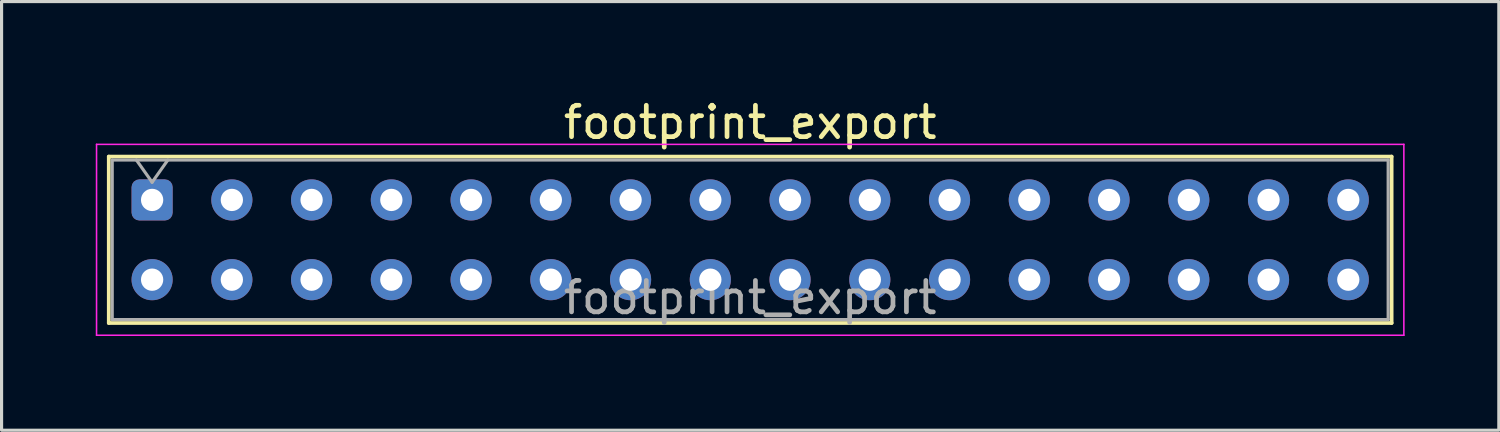
<source format=kicad_pcb>
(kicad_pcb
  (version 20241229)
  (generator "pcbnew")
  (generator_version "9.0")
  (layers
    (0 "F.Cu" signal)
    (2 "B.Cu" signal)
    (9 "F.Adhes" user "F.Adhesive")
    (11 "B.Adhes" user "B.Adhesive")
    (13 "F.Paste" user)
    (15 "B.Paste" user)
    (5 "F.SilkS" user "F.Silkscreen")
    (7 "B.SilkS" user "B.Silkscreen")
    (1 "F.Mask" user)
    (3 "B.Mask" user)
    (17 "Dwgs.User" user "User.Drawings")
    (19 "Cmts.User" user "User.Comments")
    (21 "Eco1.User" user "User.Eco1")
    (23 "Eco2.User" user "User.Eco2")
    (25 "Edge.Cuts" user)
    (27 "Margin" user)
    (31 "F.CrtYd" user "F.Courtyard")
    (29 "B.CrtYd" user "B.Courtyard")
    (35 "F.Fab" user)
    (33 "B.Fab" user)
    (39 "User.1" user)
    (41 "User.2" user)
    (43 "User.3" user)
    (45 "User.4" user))
  (footprint "footprint_export"
    (layer "F.Cu")
    (at 1.795 3.318)
    (property "Reference" "footprint_export" (at 19.05 -2.47 0) (layer "F.SilkS") (effects (font (size 1 1) (thickness 0.15))))
    (attr through_hole)
    (fp_line (start -1.38 -1.38) (end 39.48 -1.38) (stroke (width 0.12) (type solid)) (layer "F.SilkS"))
    (fp_line (start -1.38 3.92) (end -1.38 -1.38) (stroke (width 0.12) (type solid)) (layer "F.SilkS"))
    (fp_line (start 39.48 -1.38) (end 39.48 3.92) (stroke (width 0.12) (type solid)) (layer "F.SilkS"))
    (fp_line (start 39.48 3.92) (end -1.38 3.92) (stroke (width 0.12) (type solid)) (layer "F.SilkS"))
    (fp_line (start -1.77 -1.77) (end 39.87 -1.77) (stroke (width 0.05) (type solid)) (layer "F.CrtYd"))
    (fp_line (start -1.77 4.31) (end -1.77 -1.77) (stroke (width 0.05) (type solid)) (layer "F.CrtYd"))
    (fp_line (start 39.87 -1.77) (end 39.87 4.31) (stroke (width 0.05) (type solid)) (layer "F.CrtYd"))
    (fp_line (start 39.87 4.31) (end -1.77 4.31) (stroke (width 0.05) (type solid)) (layer "F.CrtYd"))
    (fp_line (start -1.27 -1.27) (end 39.37 -1.27) (stroke (width 0.1) (type solid)) (layer "F.Fab"))
    (fp_line (start -1.27 3.81) (end -1.27 -1.27) (stroke (width 0.1) (type solid)) (layer "F.Fab"))
    (fp_line (start -0.5 -1.27) (end 0 -0.563) (stroke (width 0.1) (type solid)) (layer "F.Fab"))
    (fp_line (start 0 -0.563) (end 0.5 -1.27) (stroke (width 0.1) (type solid)) (layer "F.Fab"))
    (fp_line (start 39.37 -1.27) (end 39.37 3.81) (stroke (width 0.1) (type solid)) (layer "F.Fab"))
    (fp_line (start 39.37 3.81) (end -1.27 3.81) (stroke (width 0.1) (type solid)) (layer "F.Fab"))
    (fp_text user "${REFERENCE}" (at 19.05 3.11 0) (layer "F.Fab") (effects (font (size 1 1) (thickness 0.15))))
    (pad "1" thru_hole roundrect (at 0 0) (size 1.31 1.31) (drill 0.71) (layers "*.Cu" "*.Mask") (roundrect_rratio 0.191))
    (pad "2" thru_hole circle (at 0 2.54) (size 1.31 1.31) (drill 0.71) (layers "*.Cu" "*.Mask"))
    (pad "3" thru_hole circle (at 2.54 0) (size 1.31 1.31) (drill 0.71) (layers "*.Cu" "*.Mask"))
    (pad "4" thru_hole circle (at 2.54 2.54) (size 1.31 1.31) (drill 0.71) (layers "*.Cu" "*.Mask"))
    (pad "5" thru_hole circle (at 5.08 0) (size 1.31 1.31) (drill 0.71) (layers "*.Cu" "*.Mask"))
    (pad "6" thru_hole circle (at 5.08 2.54) (size 1.31 1.31) (drill 0.71) (layers "*.Cu" "*.Mask"))
    (pad "7" thru_hole circle (at 7.62 0) (size 1.31 1.31) (drill 0.71) (layers "*.Cu" "*.Mask"))
    (pad "8" thru_hole circle (at 7.62 2.54) (size 1.31 1.31) (drill 0.71) (layers "*.Cu" "*.Mask"))
    (pad "9" thru_hole circle (at 10.16 0) (size 1.31 1.31) (drill 0.71) (layers "*.Cu" "*.Mask"))
    (pad "10" thru_hole circle (at 10.16 2.54) (size 1.31 1.31) (drill 0.71) (layers "*.Cu" "*.Mask"))
    (pad "11" thru_hole circle (at 12.7 0) (size 1.31 1.31) (drill 0.71) (layers "*.Cu" "*.Mask"))
    (pad "12" thru_hole circle (at 12.7 2.54) (size 1.31 1.31) (drill 0.71) (layers "*.Cu" "*.Mask"))
    (pad "13" thru_hole circle (at 15.24 0) (size 1.31 1.31) (drill 0.71) (layers "*.Cu" "*.Mask"))
    (pad "14" thru_hole circle (at 15.24 2.54) (size 1.31 1.31) (drill 0.71) (layers "*.Cu" "*.Mask"))
    (pad "15" thru_hole circle (at 17.78 0) (size 1.31 1.31) (drill 0.71) (layers "*.Cu" "*.Mask"))
    (pad "16" thru_hole circle (at 17.78 2.54) (size 1.31 1.31) (drill 0.71) (layers "*.Cu" "*.Mask"))
    (pad "17" thru_hole circle (at 20.32 0) (size 1.31 1.31) (drill 0.71) (layers "*.Cu" "*.Mask"))
    (pad "18" thru_hole circle (at 20.32 2.54) (size 1.31 1.31) (drill 0.71) (layers "*.Cu" "*.Mask"))
    (pad "19" thru_hole circle (at 22.86 0) (size 1.31 1.31) (drill 0.71) (layers "*.Cu" "*.Mask"))
    (pad "20" thru_hole circle (at 22.86 2.54) (size 1.31 1.31) (drill 0.71) (layers "*.Cu" "*.Mask"))
    (pad "21" thru_hole circle (at 25.4 0) (size 1.31 1.31) (drill 0.71) (layers "*.Cu" "*.Mask"))
    (pad "22" thru_hole circle (at 25.4 2.54) (size 1.31 1.31) (drill 0.71) (layers "*.Cu" "*.Mask"))
    (pad "23" thru_hole circle (at 27.94 0) (size 1.31 1.31) (drill 0.71) (layers "*.Cu" "*.Mask"))
    (pad "24" thru_hole circle (at 27.94 2.54) (size 1.31 1.31) (drill 0.71) (layers "*.Cu" "*.Mask"))
    (pad "25" thru_hole circle (at 30.48 0) (size 1.31 1.31) (drill 0.71) (layers "*.Cu" "*.Mask"))
    (pad "26" thru_hole circle (at 30.48 2.54) (size 1.31 1.31) (drill 0.71) (layers "*.Cu" "*.Mask"))
    (pad "27" thru_hole circle (at 33.02 0) (size 1.31 1.31) (drill 0.71) (layers "*.Cu" "*.Mask"))
    (pad "28" thru_hole circle (at 33.02 2.54) (size 1.31 1.31) (drill 0.71) (layers "*.Cu" "*.Mask"))
    (pad "29" thru_hole circle (at 35.56 0) (size 1.31 1.31) (drill 0.71) (layers "*.Cu" "*.Mask"))
    (pad "30" thru_hole circle (at 35.56 2.54) (size 1.31 1.31) (drill 0.71) (layers "*.Cu" "*.Mask"))
    (pad "31" thru_hole circle (at 38.1 0) (size 1.31 1.31) (drill 0.71) (layers "*.Cu" "*.Mask"))
    (pad "32" thru_hole circle (at 38.1 2.54) (size 1.31 1.31) (drill 0.71) (layers "*.Cu" "*.Mask")))
  (gr_rect
    (start -3 -3)
    (end 44.69 10.653)
    (stroke (width 0.1) (type default))
    (fill no)
    (layer "Edge.Cuts")))
</source>
